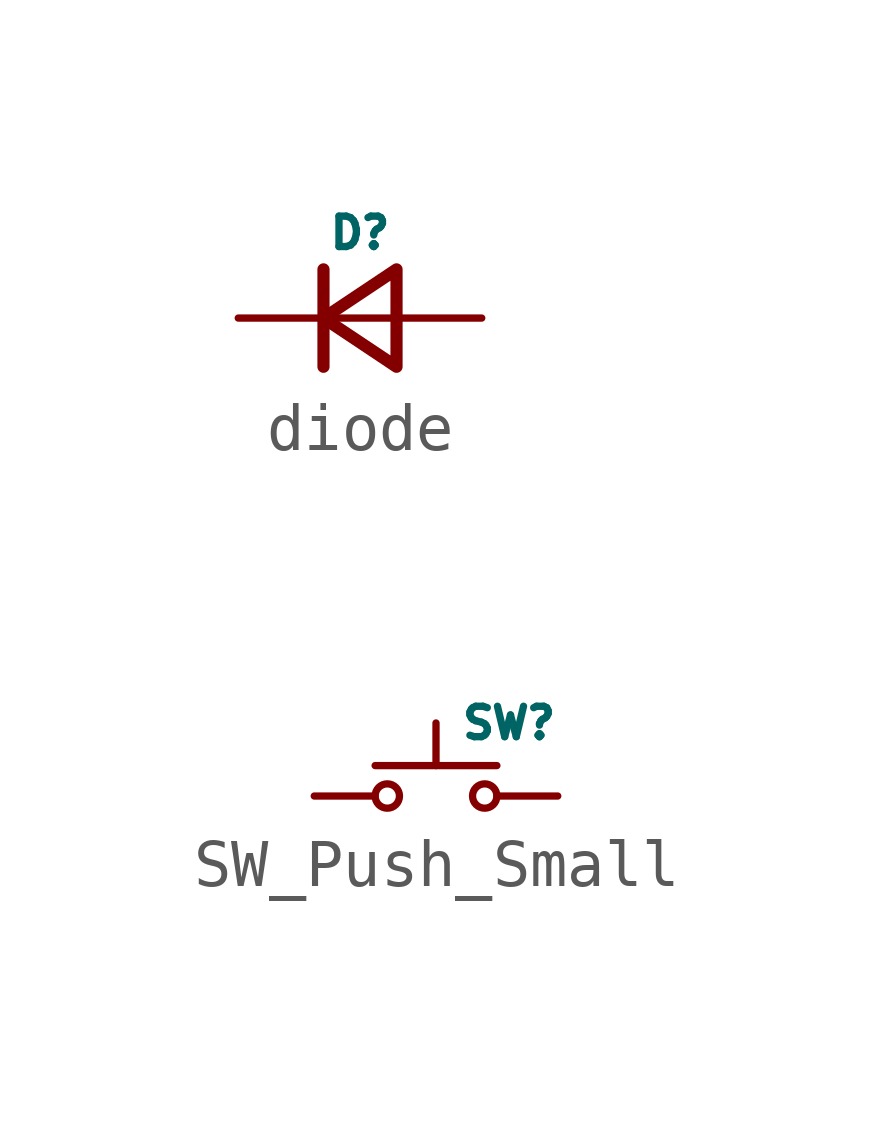
<source format=kicad_sym>
(kicad_symbol_lib
  (version 20220914)
  (generator kicad_symbol_editor)
  (symbol "diode"
    (pin_numbers hide)
    (pin_names
      (offset 0.375) hide)
    (property "Reference" "D"
      (at 0 1.778 0)
      (do_not_autoplace)
      (effects (font (size 0.635 0.635))))
    (property "Value" ""
      (at 0 0 0)
      (effects (font (size 1.27 1.27))))
    (symbol "diode_0_1"
      (polyline (pts (xy -0.762 -1.016) (xy -0.762 1.016)) (stroke (width 0.254) (type default)) (fill (type none)))
      (polyline (pts (xy -0.762 0) (xy 0.762 0)) (stroke (width 0) (type default)) (fill (type none)))
      (polyline (pts (xy 0.762 -1.016) (xy -0.762 0) (xy 0.762 1.016) (xy 0.762 -1.016)) (stroke (width 0.254) (type default)) (fill (type none))))
    (symbol "diode_1_1"
      (pin passive line (at -2.54 0 0) (length 1.778) (name "K" (effects (font (size 1.27 1.27)))) (number "1" (effects (font (size 1.27 1.27)))))
      (pin passive line (at 2.54 0 180) (length 1.778) (name "A" (effects (font (size 1.27 1.27)))) (number "2" (effects (font (size 1.27 1.27)))))))
  (symbol "SW_Push_Small"
    (pin_numbers hide)
    (pin_names hide)
    (property "Reference" "SW"
      (at 1.524 1.524 0)
      (effects (font (size 0.635 0.635))))
    (property "Value" ""
      (at 0 0 0)
      (effects (font (size 1.27 1.27))))
    (symbol "SW_Push_Small_0_1"
      (circle (center -1.016 0) (radius 0.254) (stroke (width 0) (type default)) (fill (type none)))
      (polyline (pts (xy 0 0.635) (xy 0 1.524)) (stroke (width 0) (type default)) (fill (type none)))
      (polyline (pts (xy 1.27 0.635) (xy -1.27 0.635)) (stroke (width 0) (type default)) (fill (type none)))
      (circle (center 1.016 0) (radius 0.254) (stroke (width 0) (type default)) (fill (type none))))
    (symbol "SW_Push_Small_1_1"
      (pin passive line (at -2.54 0 0) (length 1.27) (name "1" (effects (font (size 0.635 0.635)))) (number "1" (effects (font (size 0.635 0.635)))))
      (pin passive line (at 2.54 0 180) (length 1.27) (name "2" (effects (font (size 0.635 0.635)))) (number "2" (effects (font (size 0.635 0.635))))))))
</source>
